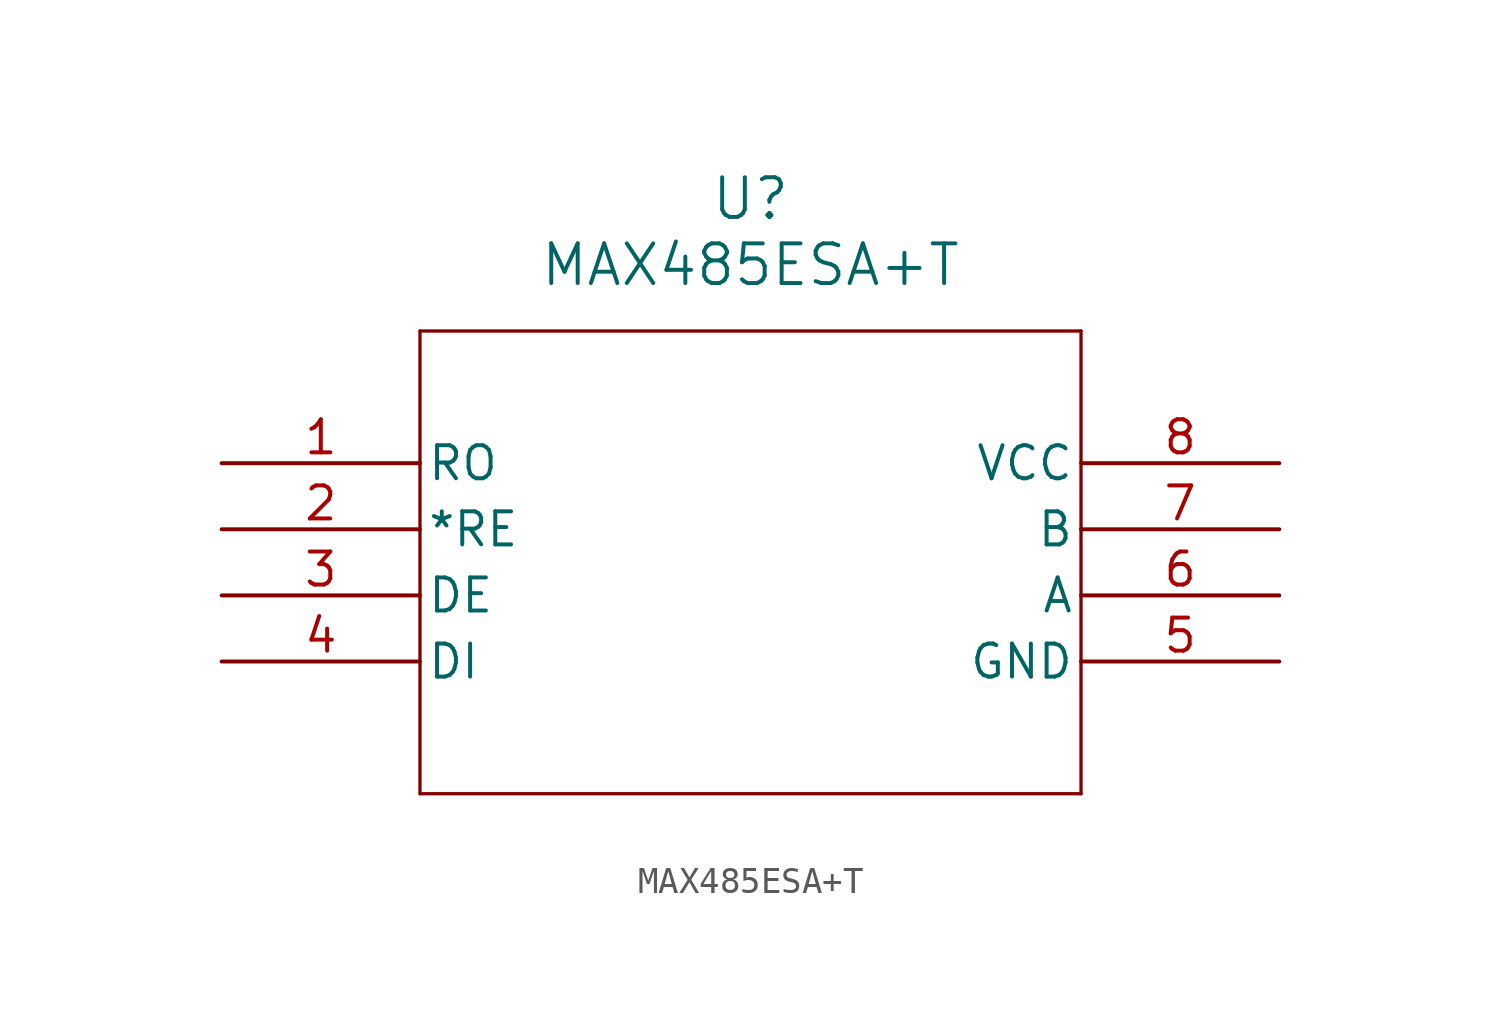
<source format=kicad_sym>
(kicad_symbol_lib
  (version 20211014)
  (generator kicad_symbol_editor)
  (symbol "MAX485ESA+T"
    (pin_names
      (offset 0.254))
    (property "Reference" "U"
      (at 20.32 10.16 0)
      (effects (font (size 1.524 1.524))))
    (property "Value" "MAX485ESA+T"
      (at 20.32 7.62 0)
      (effects (font (size 1.524 1.524))))
    (polyline
      (pts (xy 7.62 5.08) (xy 7.62 -12.7))
      (stroke (width 0.127) (type default) (color 0 0 0 0))
      (fill (type none)))
    (polyline
      (pts (xy 7.62 -12.7) (xy 33.02 -12.7))
      (stroke (width 0.127) (type default) (color 0 0 0 0))
      (fill (type none)))
    (polyline
      (pts (xy 33.02 -12.7) (xy 33.02 5.08))
      (stroke (width 0.127) (type default) (color 0 0 0 0))
      (fill (type none)))
    (polyline
      (pts (xy 33.02 5.08) (xy 7.62 5.08))
      (stroke (width 0.127) (type default) (color 0 0 0 0))
      (fill (type none)))
    (pin output line
      (at 0 0 0)
      (length 7.62)
      (name "RO" (effects (font (size 1.27 1.27))))
      (number "1" (effects (font (size 1.27 1.27)))))
    (pin output line
      (at 0 -2.54 0)
      (length 7.62)
      (name "*RE" (effects (font (size 1.27 1.27))))
      (number "2" (effects (font (size 1.27 1.27)))))
    (pin output line
      (at 0 -5.08 0)
      (length 7.62)
      (name "DE" (effects (font (size 1.27 1.27))))
      (number "3" (effects (font (size 1.27 1.27)))))
    (pin input line
      (at 0 -7.62 0)
      (length 7.62)
      (name "DI" (effects (font (size 1.27 1.27))))
      (number "4" (effects (font (size 1.27 1.27)))))
    (pin power_out line
      (at 40.64 -7.62 180)
      (length 7.62)
      (name "GND" (effects (font (size 1.27 1.27))))
      (number "5" (effects (font (size 1.27 1.27)))))
    (pin unspecified line
      (at 40.64 -5.08 180)
      (length 7.62)
      (name "A" (effects (font (size 1.27 1.27))))
      (number "6" (effects (font (size 1.27 1.27)))))
    (pin unspecified line
      (at 40.64 -2.54 180)
      (length 7.62)
      (name "B" (effects (font (size 1.27 1.27))))
      (number "7" (effects (font (size 1.27 1.27)))))
    (pin power_in line
      (at 40.64 0 180)
      (length 7.62)
      (name "VCC" (effects (font (size 1.27 1.27))))
      (number "8" (effects (font (size 1.27 1.27)))))))
</source>
